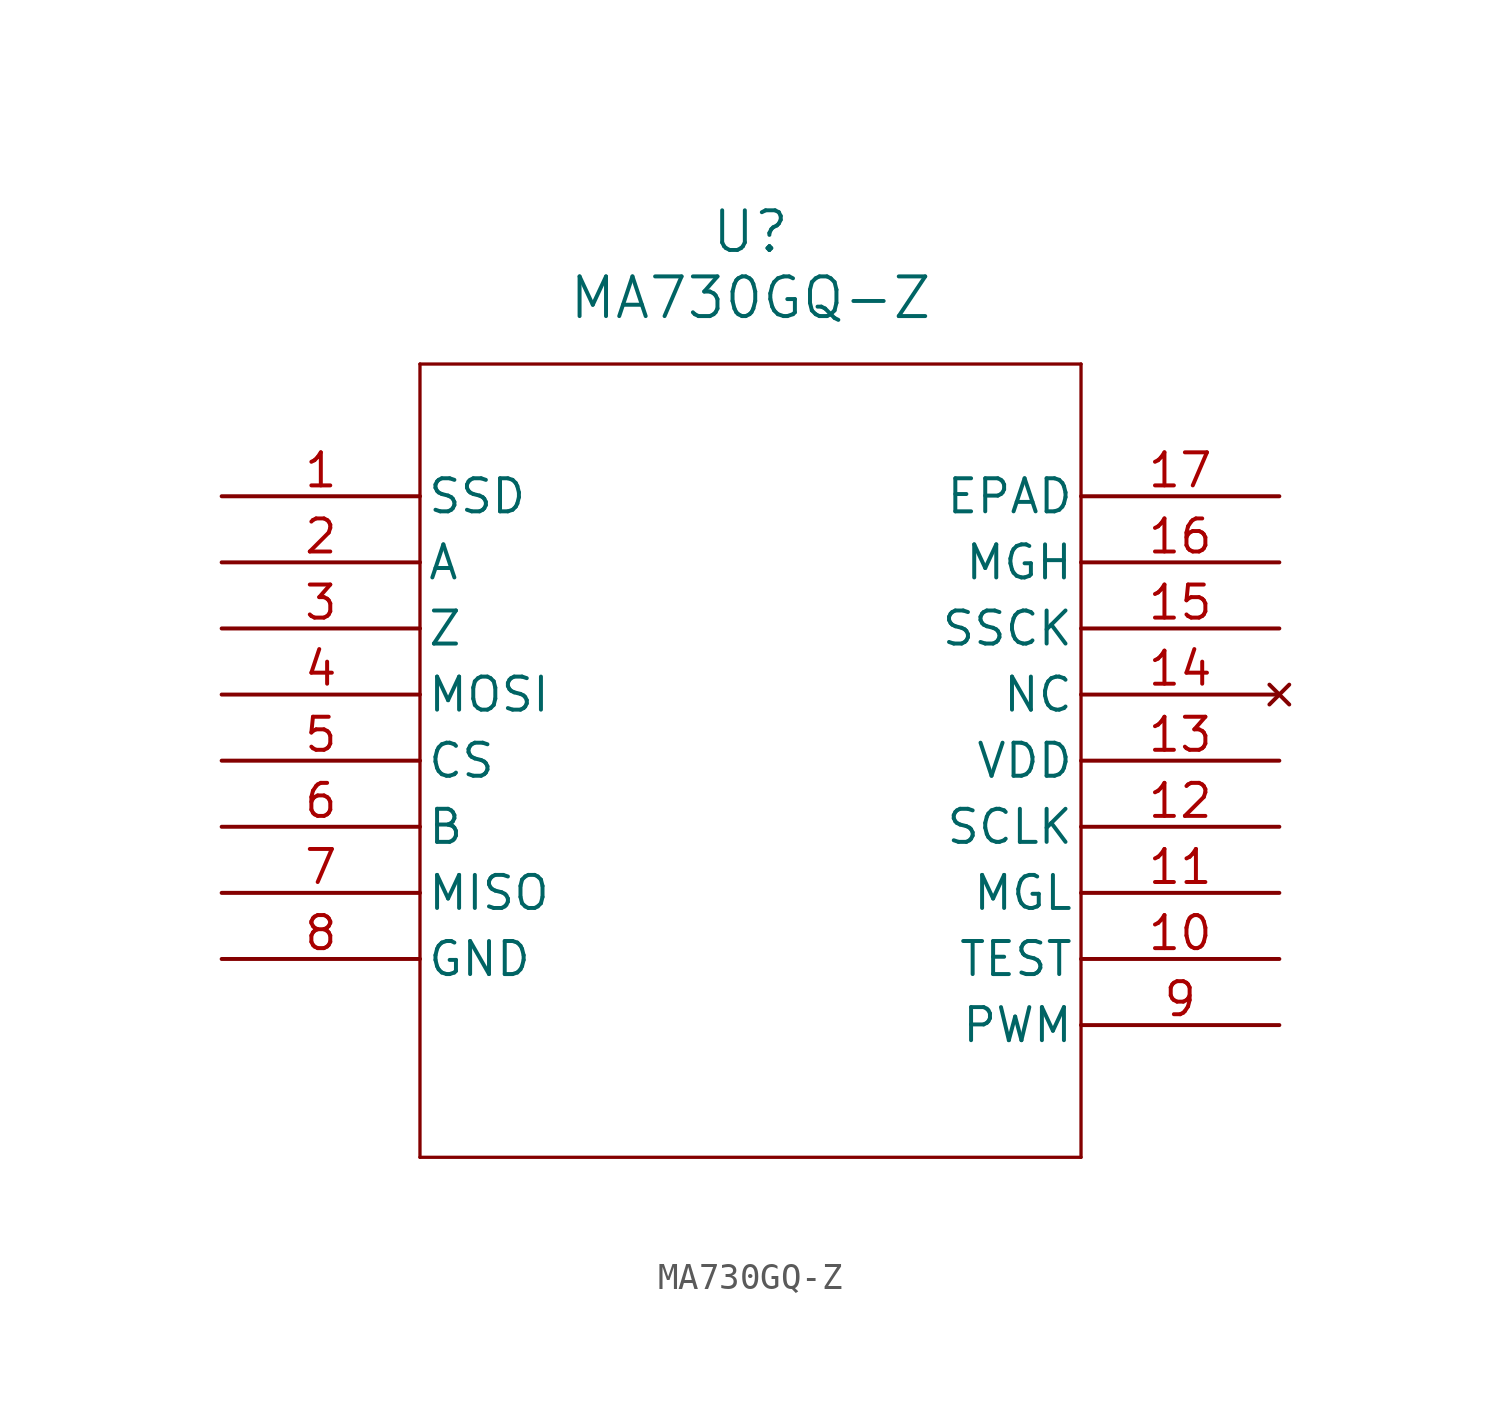
<source format=kicad_sym>
(kicad_symbol_lib
  (version 20211014)
  (generator kicad_symbol_editor)
  (symbol "MA730GQ-Z"
    (pin_names
      (offset 0.254))
    (property "Reference" "U"
      (at 20.32 10.16 0)
      (effects (font (size 1.524 1.524))))
    (property "Value" "MA730GQ-Z"
      (at 20.32 7.62 0)
      (effects (font (size 1.524 1.524))))
    (symbol "MA730GQ-Z_0_1"
      (polyline (pts (xy 7.62 5.08) (xy 7.62 -25.4)) (stroke (width 0.127) (type default) (color 0 0 0 0)) (fill (type none)))
      (polyline (pts (xy 7.62 -25.4) (xy 33.02 -25.4)) (stroke (width 0.127) (type default) (color 0 0 0 0)) (fill (type none)))
      (polyline (pts (xy 33.02 -25.4) (xy 33.02 5.08)) (stroke (width 0.127) (type default) (color 0 0 0 0)) (fill (type none)))
      (polyline (pts (xy 33.02 5.08) (xy 7.62 5.08)) (stroke (width 0.127) (type default) (color 0 0 0 0)) (fill (type none)))
      (pin output line (at 0 0 0) (length 7.62) (name "SSD" (effects (font (size 1.27 1.27)))) (number "1" (effects (font (size 1.27 1.27)))))
      (pin output line (at 0 -2.54 0) (length 7.62) (name "A" (effects (font (size 1.27 1.27)))) (number "2" (effects (font (size 1.27 1.27)))))
      (pin output line (at 0 -5.08 0) (length 7.62) (name "Z" (effects (font (size 1.27 1.27)))) (number "3" (effects (font (size 1.27 1.27)))))
      (pin input line (at 0 -7.62 0) (length 7.62) (name "MOSI" (effects (font (size 1.27 1.27)))) (number "4" (effects (font (size 1.27 1.27)))))
      (pin unspecified line (at 0 -10.16 0) (length 7.62) (name "CS" (effects (font (size 1.27 1.27)))) (number "5" (effects (font (size 1.27 1.27)))))
      (pin output line (at 0 -12.7 0) (length 7.62) (name "B" (effects (font (size 1.27 1.27)))) (number "6" (effects (font (size 1.27 1.27)))))
      (pin output line (at 0 -15.24 0) (length 7.62) (name "MISO" (effects (font (size 1.27 1.27)))) (number "7" (effects (font (size 1.27 1.27)))))
      (pin power_out line (at 0 -17.78 0) (length 7.62) (name "GND" (effects (font (size 1.27 1.27)))) (number "8" (effects (font (size 1.27 1.27)))))
      (pin output line (at 40.64 -20.32 180) (length 7.62) (name "PWM" (effects (font (size 1.27 1.27)))) (number "9" (effects (font (size 1.27 1.27)))))
      (pin power_out line (at 40.64 -17.78 180) (length 7.62) (name "TEST" (effects (font (size 1.27 1.27)))) (number "10" (effects (font (size 1.27 1.27)))))
      (pin output line (at 40.64 -15.24 180) (length 7.62) (name "MGL" (effects (font (size 1.27 1.27)))) (number "11" (effects (font (size 1.27 1.27)))))
      (pin unspecified line (at 40.64 -12.7 180) (length 7.62) (name "SCLK" (effects (font (size 1.27 1.27)))) (number "12" (effects (font (size 1.27 1.27)))))
      (pin power_in line (at 40.64 -10.16 180) (length 7.62) (name "VDD" (effects (font (size 1.27 1.27)))) (number "13" (effects (font (size 1.27 1.27)))))
      (pin no_connect line (at 40.64 -7.62 180) (length 7.62) (name "NC" (effects (font (size 1.27 1.27)))) (number "14" (effects (font (size 1.27 1.27)))))
      (pin unspecified line (at 40.64 -5.08 180) (length 7.62) (name "SSCK" (effects (font (size 1.27 1.27)))) (number "15" (effects (font (size 1.27 1.27)))))
      (pin output line (at 40.64 -2.54 180) (length 7.62) (name "MGH" (effects (font (size 1.27 1.27)))) (number "16" (effects (font (size 1.27 1.27)))))
      (pin power_out line (at 40.64 0 180) (length 7.62) (name "EPAD" (effects (font (size 1.27 1.27)))) (number "17" (effects (font (size 1.27 1.27))))))))
</source>
